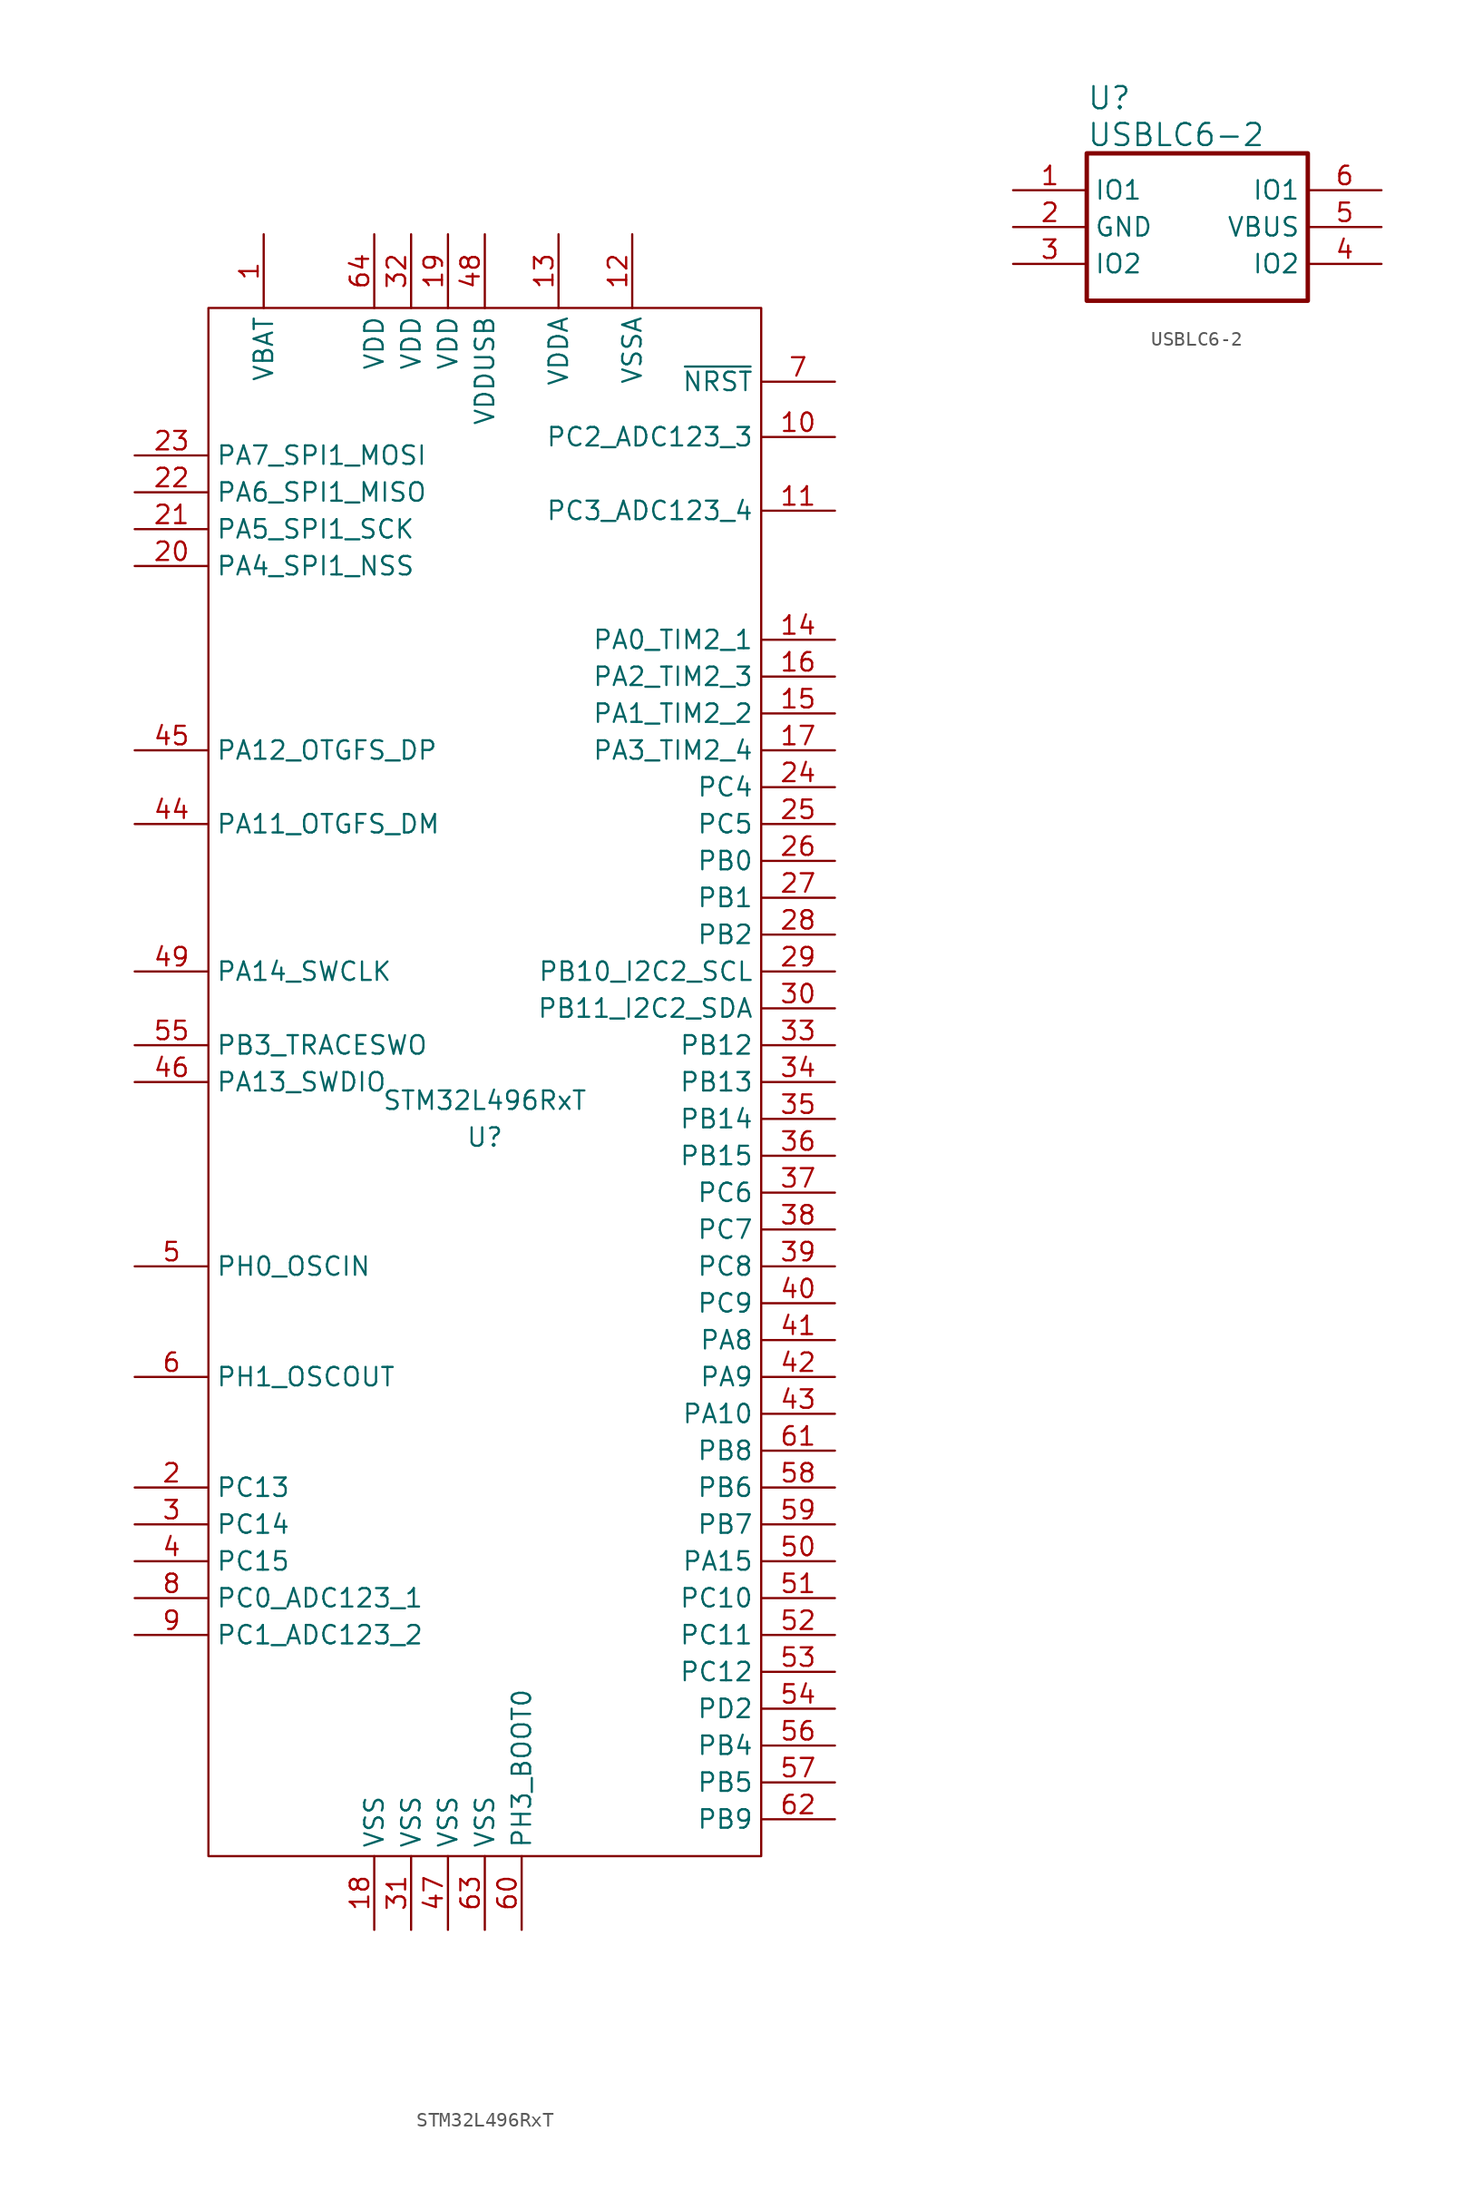
<source format=kicad_sym>
(kicad_symbol_lib
  (version 20200126)
  (host kicad_symbol_editor "(5.99.0-2195-g476558ece)")
  (symbol "STMicroelectronics:STM32L496RxT"
    (property "Reference" "U"
      (at 0 -3.81 0)
      (effects (font (size 1.27 1.27))))
    (property "Value" "STM32L496RxT"
      (at 0 -1.27 0)
      (effects (font (size 1.27 1.27))))
    (symbol "STM32L496RxT_1_0"
      (rectangle (start -19.05 -53.34) (end 19.05 53.34) (stroke (width 0)) (fill (type none))))
    (symbol "STM32L496RxT_1_1"
      (pin power_in line (at -15.24 58.42 270) (length 5.08) (name "VBAT" (effects (font (size 1.27 1.27)))) (number "1" (effects (font (size 1.27 1.27)))))
      (pin input line (at 24.13 44.45 180) (length 5.08) (name "PC2_ADC123_3" (effects (font (size 1.27 1.27)))) (number "10" (effects (font (size 1.27 1.27)))))
      (pin input line (at 24.13 39.37 180) (length 5.08) (name "PC3_ADC123_4" (effects (font (size 1.27 1.27)))) (number "11" (effects (font (size 1.27 1.27)))))
      (pin power_in line (at 10.16 58.42 270) (length 5.08) (name "VSSA" (effects (font (size 1.27 1.27)))) (number "12" (effects (font (size 1.27 1.27)))))
      (pin power_in line (at 5.08 58.42 270) (length 5.08) (name "VDDA" (effects (font (size 1.27 1.27)))) (number "13" (effects (font (size 1.27 1.27)))))
      (pin output line (at 24.13 30.48 180) (length 5.08) (name "PA0_TIM2_1" (effects (font (size 1.27 1.27)))) (number "14" (effects (font (size 1.27 1.27)))))
      (pin output line (at 24.13 25.4 180) (length 5.08) (name "PA1_TIM2_2" (effects (font (size 1.27 1.27)))) (number "15" (effects (font (size 1.27 1.27)))))
      (pin output line (at 24.13 27.94 180) (length 5.08) (name "PA2_TIM2_3" (effects (font (size 1.27 1.27)))) (number "16" (effects (font (size 1.27 1.27)))))
      (pin output line (at 24.13 22.86 180) (length 5.08) (name "PA3_TIM2_4" (effects (font (size 1.27 1.27)))) (number "17" (effects (font (size 1.27 1.27)))))
      (pin power_in line (at -7.62 -58.42 90) (length 5.08) (name "VSS" (effects (font (size 1.27 1.27)))) (number "18" (effects (font (size 1.27 1.27)))))
      (pin power_in line (at -2.54 58.42 270) (length 5.08) (name "VDD" (effects (font (size 1.27 1.27)))) (number "19" (effects (font (size 1.27 1.27)))))
      (pin input line (at -24.13 -27.94 0) (length 5.08) (name "PC13" (effects (font (size 1.27 1.27)))) (number "2" (effects (font (size 1.27 1.27)))))
      (pin input line (at -24.13 35.56 0) (length 5.08) (name "PA4_SPI1_NSS" (effects (font (size 1.27 1.27)))) (number "20" (effects (font (size 1.27 1.27)))))
      (pin input line (at -24.13 38.1 0) (length 5.08) (name "PA5_SPI1_SCK" (effects (font (size 1.27 1.27)))) (number "21" (effects (font (size 1.27 1.27)))))
      (pin input line (at -24.13 40.64 0) (length 5.08) (name "PA6_SPI1_MISO" (effects (font (size 1.27 1.27)))) (number "22" (effects (font (size 1.27 1.27)))))
      (pin input line (at -24.13 43.18 0) (length 5.08) (name "PA7_SPI1_MOSI" (effects (font (size 1.27 1.27)))) (number "23" (effects (font (size 1.27 1.27)))))
      (pin input line (at 24.13 20.32 180) (length 5.08) (name "PC4" (effects (font (size 1.27 1.27)))) (number "24" (effects (font (size 1.27 1.27)))))
      (pin input line (at 24.13 17.78 180) (length 5.08) (name "PC5" (effects (font (size 1.27 1.27)))) (number "25" (effects (font (size 1.27 1.27)))))
      (pin input line (at 24.13 15.24 180) (length 5.08) (name "PB0" (effects (font (size 1.27 1.27)))) (number "26" (effects (font (size 1.27 1.27)))))
      (pin input line (at 24.13 12.7 180) (length 5.08) (name "PB1" (effects (font (size 1.27 1.27)))) (number "27" (effects (font (size 1.27 1.27)))))
      (pin output line (at 24.13 10.16 180) (length 5.08) (name "PB2" (effects (font (size 1.27 1.27)))) (number "28" (effects (font (size 1.27 1.27)))))
      (pin open_collector line (at 24.13 7.62 180) (length 5.08) (name "PB10_I2C2_SCL" (effects (font (size 1.27 1.27)))) (number "29" (effects (font (size 1.27 1.27)))))
      (pin input line (at -24.13 -30.48 0) (length 5.08) (name "PC14" (effects (font (size 1.27 1.27)))) (number "3" (effects (font (size 1.27 1.27)))))
      (pin open_collector line (at 24.13 5.08 180) (length 5.08) (name "PB11_I2C2_SDA" (effects (font (size 1.27 1.27)))) (number "30" (effects (font (size 1.27 1.27)))))
      (pin power_in line (at -5.08 -58.42 90) (length 5.08) (name "VSS" (effects (font (size 1.27 1.27)))) (number "31" (effects (font (size 1.27 1.27)))))
      (pin power_in line (at -5.08 58.42 270) (length 5.08) (name "VDD" (effects (font (size 1.27 1.27)))) (number "32" (effects (font (size 1.27 1.27)))))
      (pin input line (at 24.13 2.54 180) (length 5.08) (name "PB12" (effects (font (size 1.27 1.27)))) (number "33" (effects (font (size 1.27 1.27)))))
      (pin input line (at 24.13 0 180) (length 5.08) (name "PB13" (effects (font (size 1.27 1.27)))) (number "34" (effects (font (size 1.27 1.27)))))
      (pin input line (at 24.13 -2.54 180) (length 5.08) (name "PB14" (effects (font (size 1.27 1.27)))) (number "35" (effects (font (size 1.27 1.27)))))
      (pin input line (at 24.13 -5.08 180) (length 5.08) (name "PB15" (effects (font (size 1.27 1.27)))) (number "36" (effects (font (size 1.27 1.27)))))
      (pin input line (at 24.13 -7.62 180) (length 5.08) (name "PC6" (effects (font (size 1.27 1.27)))) (number "37" (effects (font (size 1.27 1.27)))))
      (pin input line (at 24.13 -10.16 180) (length 5.08) (name "PC7" (effects (font (size 1.27 1.27)))) (number "38" (effects (font (size 1.27 1.27)))))
      (pin input line (at 24.13 -12.7 180) (length 5.08) (name "PC8" (effects (font (size 1.27 1.27)))) (number "39" (effects (font (size 1.27 1.27)))))
      (pin input line (at -24.13 -33.02 0) (length 5.08) (name "PC15" (effects (font (size 1.27 1.27)))) (number "4" (effects (font (size 1.27 1.27)))))
      (pin input line (at 24.13 -15.24 180) (length 5.08) (name "PC9" (effects (font (size 1.27 1.27)))) (number "40" (effects (font (size 1.27 1.27)))))
      (pin input line (at 24.13 -17.78 180) (length 5.08) (name "PA8" (effects (font (size 1.27 1.27)))) (number "41" (effects (font (size 1.27 1.27)))))
      (pin input line (at 24.13 -20.32 180) (length 5.08) (name "PA9" (effects (font (size 1.27 1.27)))) (number "42" (effects (font (size 1.27 1.27)))))
      (pin input line (at 24.13 -22.86 180) (length 5.08) (name "PA10" (effects (font (size 1.27 1.27)))) (number "43" (effects (font (size 1.27 1.27)))))
      (pin bidirectional line (at -24.13 17.78 0) (length 5.08) (name "PA11_OTGFS_DM" (effects (font (size 1.27 1.27)))) (number "44" (effects (font (size 1.27 1.27)))))
      (pin bidirectional line (at -24.13 22.86 0) (length 5.08) (name "PA12_OTGFS_DP" (effects (font (size 1.27 1.27)))) (number "45" (effects (font (size 1.27 1.27)))))
      (pin bidirectional line (at -24.13 0 0) (length 5.08) (name "PA13_SWDIO" (effects (font (size 1.27 1.27)))) (number "46" (effects (font (size 1.27 1.27)))))
      (pin power_in line (at -2.54 -58.42 90) (length 5.08) (name "VSS" (effects (font (size 1.27 1.27)))) (number "47" (effects (font (size 1.27 1.27)))))
      (pin power_in line (at 0 58.42 270) (length 5.08) (name "VDDUSB" (effects (font (size 1.27 1.27)))) (number "48" (effects (font (size 1.27 1.27)))))
      (pin input line (at -24.13 7.62 0) (length 5.08) (name "PA14_SWCLK" (effects (font (size 1.27 1.27)))) (number "49" (effects (font (size 1.27 1.27)))))
      (pin passive line (at -24.13 -12.7 0) (length 5.08) (name "PH0_OSCIN" (effects (font (size 1.27 1.27)))) (number "5" (effects (font (size 1.27 1.27)))))
      (pin input line (at 24.13 -33.02 180) (length 5.08) (name "PA15" (effects (font (size 1.27 1.27)))) (number "50" (effects (font (size 1.27 1.27)))))
      (pin input line (at 24.13 -35.56 180) (length 5.08) (name "PC10" (effects (font (size 1.27 1.27)))) (number "51" (effects (font (size 1.27 1.27)))))
      (pin input line (at 24.13 -38.1 180) (length 5.08) (name "PC11" (effects (font (size 1.27 1.27)))) (number "52" (effects (font (size 1.27 1.27)))))
      (pin input line (at 24.13 -40.64 180) (length 5.08) (name "PC12" (effects (font (size 1.27 1.27)))) (number "53" (effects (font (size 1.27 1.27)))))
      (pin input line (at 24.13 -43.18 180) (length 5.08) (name "PD2" (effects (font (size 1.27 1.27)))) (number "54" (effects (font (size 1.27 1.27)))))
      (pin output line (at -24.13 2.54 0) (length 5.08) (name "PB3_TRACESWO" (effects (font (size 1.27 1.27)))) (number "55" (effects (font (size 1.27 1.27)))))
      (pin input line (at 24.13 -45.72 180) (length 5.08) (name "PB4" (effects (font (size 1.27 1.27)))) (number "56" (effects (font (size 1.27 1.27)))))
      (pin output line (at 24.13 -48.26 180) (length 5.08) (name "PB5" (effects (font (size 1.27 1.27)))) (number "57" (effects (font (size 1.27 1.27)))))
      (pin input line (at 24.13 -27.94 180) (length 5.08) (name "PB6" (effects (font (size 1.27 1.27)))) (number "58" (effects (font (size 1.27 1.27)))))
      (pin input line (at 24.13 -30.48 180) (length 5.08) (name "PB7" (effects (font (size 1.27 1.27)))) (number "59" (effects (font (size 1.27 1.27)))))
      (pin passive line (at -24.13 -20.32 0) (length 5.08) (name "PH1_OSCOUT" (effects (font (size 1.27 1.27)))) (number "6" (effects (font (size 1.27 1.27)))))
      (pin input line (at 2.54 -58.42 90) (length 5.08) (name "PH3_BOOT0" (effects (font (size 1.27 1.27)))) (number "60" (effects (font (size 1.27 1.27)))))
      (pin input line (at 24.13 -25.4 180) (length 5.08) (name "PB8" (effects (font (size 1.27 1.27)))) (number "61" (effects (font (size 1.27 1.27)))))
      (pin input line (at 24.13 -50.8 180) (length 5.08) (name "PB9" (effects (font (size 1.27 1.27)))) (number "62" (effects (font (size 1.27 1.27)))))
      (pin power_in line (at 0 -58.42 90) (length 5.08) (name "VSS" (effects (font (size 1.27 1.27)))) (number "63" (effects (font (size 1.27 1.27)))))
      (pin power_in line (at -7.62 58.42 270) (length 5.08) (name "VDD" (effects (font (size 1.27 1.27)))) (number "64" (effects (font (size 1.27 1.27)))))
      (pin input line (at 24.13 48.26 180) (length 5.08) (name "~NRST" (effects (font (size 1.27 1.27)))) (number "7" (effects (font (size 1.27 1.27)))))
      (pin input line (at -24.13 -35.56 0) (length 5.08) (name "PC0_ADC123_1" (effects (font (size 1.27 1.27)))) (number "8" (effects (font (size 1.27 1.27)))))
      (pin input line (at -24.13 -38.1 0) (length 5.08) (name "PC1_ADC123_2" (effects (font (size 1.27 1.27)))) (number "9" (effects (font (size 1.27 1.27)))))))
  (symbol "STMicroelectronics:USBLC6-2"
    (property "Reference" "U"
      (at -7.62 8.89 0)
      (effects (font (size 1.524 1.524)) (justify left)))
    (property "Value" "USBLC6-2"
      (at -7.62 6.35 0)
      (effects (font (size 1.524 1.524)) (justify left)))
    (property "Footprint" ""
      (at -12.7 2.54 0)
      (effects (font (size 1.524 1.524))))
    (property "Datasheet" ""
      (at -12.7 2.54 0)
      (effects (font (size 1.524 1.524))))
    (property "ki_locked" ""
      (at 0 0 0)
      (effects (font (size 1.27 1.27))))
    (symbol "USBLC6-2_1_1"
      (rectangle (start -7.62 5.08) (end 7.62 -5.08) (stroke (width 0.305)) (fill (type none)))
      (pin passive line (at -12.7 2.54 0) (length 5.08) (name "IO1" (effects (font (size 1.27 1.27)))) (number "1" (effects (font (size 1.27 1.27)))))
      (pin passive line (at -12.7 0 0) (length 5.08) (name "GND" (effects (font (size 1.27 1.27)))) (number "2" (effects (font (size 1.27 1.27)))))
      (pin passive line (at -12.7 -2.54 0) (length 5.08) (name "IO2" (effects (font (size 1.27 1.27)))) (number "3" (effects (font (size 1.27 1.27)))))
      (pin passive line (at 12.7 -2.54 180) (length 5.08) (name "IO2" (effects (font (size 1.27 1.27)))) (number "4" (effects (font (size 1.27 1.27)))))
      (pin passive line (at 12.7 0 180) (length 5.08) (name "VBUS" (effects (font (size 1.27 1.27)))) (number "5" (effects (font (size 1.27 1.27)))))
      (pin passive line (at 12.7 2.54 180) (length 5.08) (name "IO1" (effects (font (size 1.27 1.27)))) (number "6" (effects (font (size 1.27 1.27))))))))
</source>
